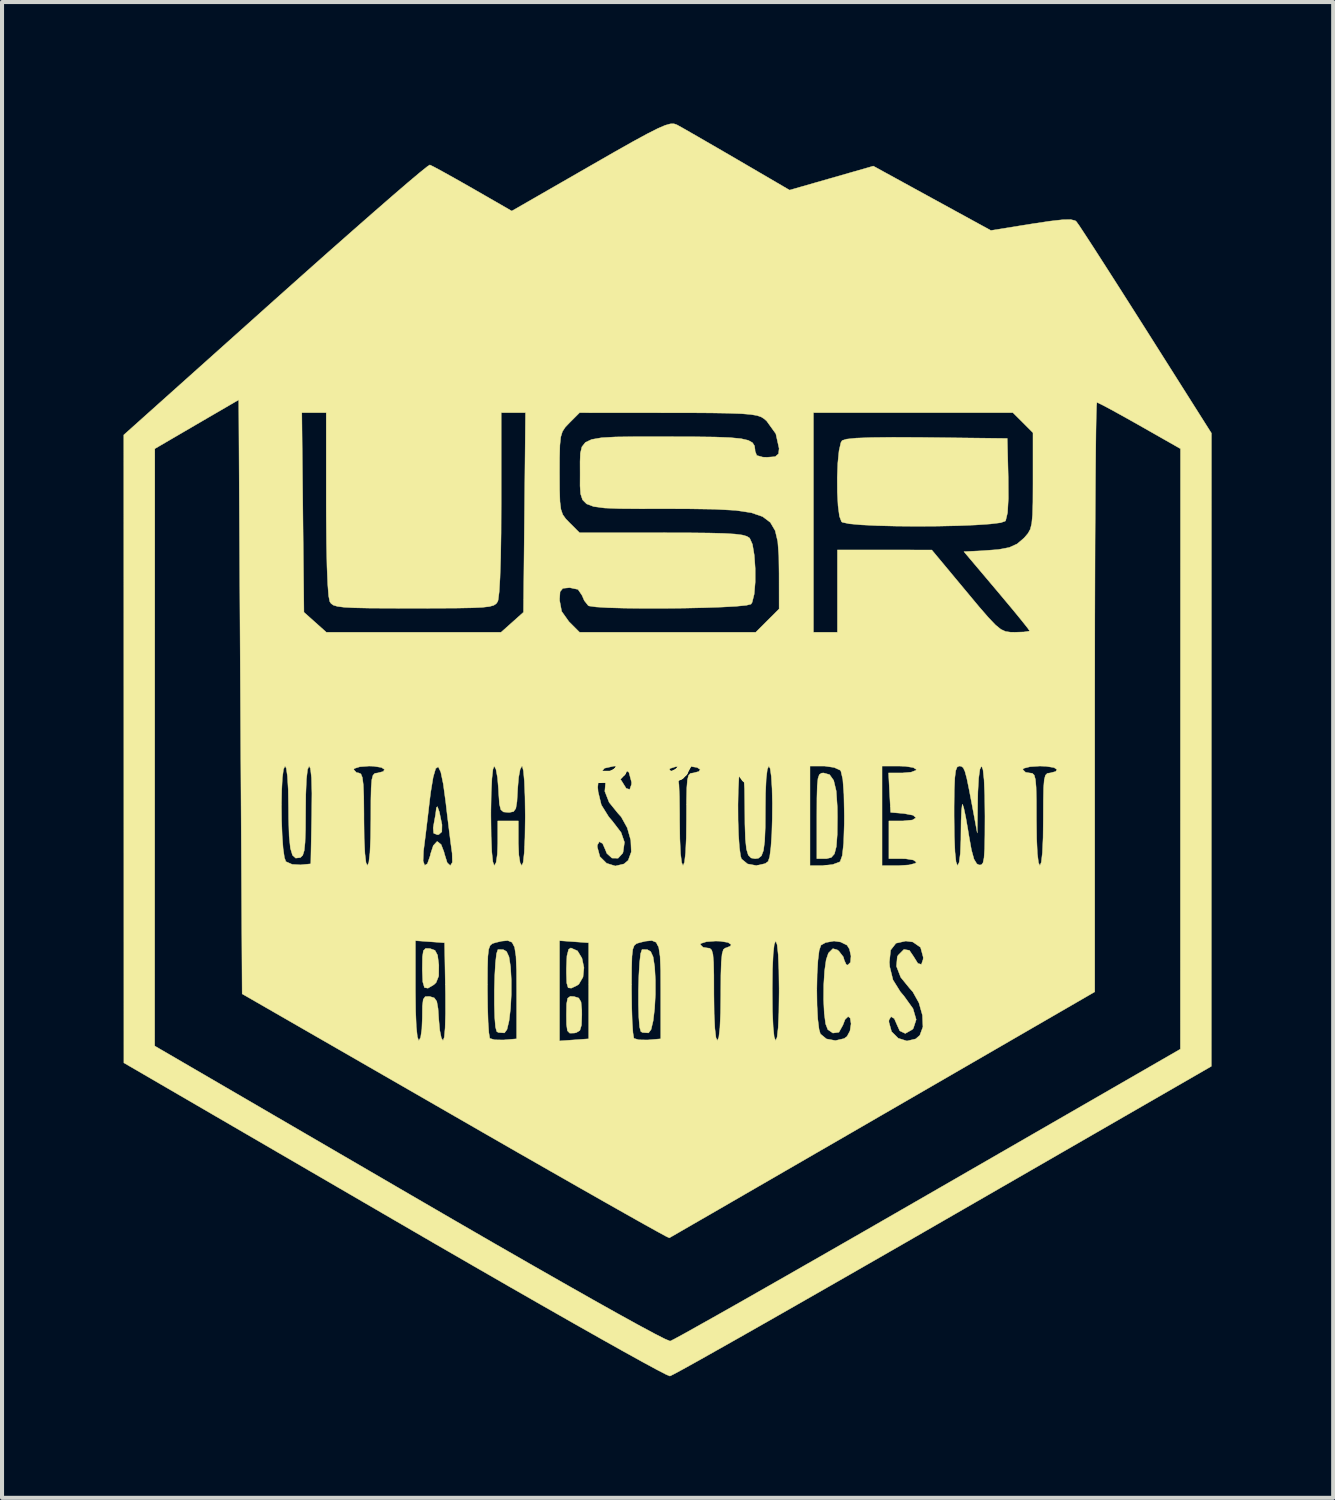
<source format=kicad_pcb>
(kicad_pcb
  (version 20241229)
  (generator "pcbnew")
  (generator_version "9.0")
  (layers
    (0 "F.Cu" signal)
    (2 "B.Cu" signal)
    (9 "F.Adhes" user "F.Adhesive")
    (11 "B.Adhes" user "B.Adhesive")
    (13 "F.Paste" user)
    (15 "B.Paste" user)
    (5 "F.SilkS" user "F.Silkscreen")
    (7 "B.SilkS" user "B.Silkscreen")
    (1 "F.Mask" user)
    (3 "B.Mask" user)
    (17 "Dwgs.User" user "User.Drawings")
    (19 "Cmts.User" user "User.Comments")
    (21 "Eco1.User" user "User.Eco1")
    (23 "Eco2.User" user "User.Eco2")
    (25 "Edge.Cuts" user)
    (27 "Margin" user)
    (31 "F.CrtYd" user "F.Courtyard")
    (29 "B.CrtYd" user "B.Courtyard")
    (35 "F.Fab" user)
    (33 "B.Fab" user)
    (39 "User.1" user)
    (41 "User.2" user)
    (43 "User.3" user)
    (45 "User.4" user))
  (footprint "USR"
    (layer "F.Cu")
    (at 13.382 15.431)
    (property "Reference" "USR" (at 0 0 0) (layer "F.SilkS") (effects (font (size 1.524 1.524) (thickness 0.3))))
    (attr through_hole)
    (fp_poly (pts (xy -5.596 1.538) (xy -5.588 1.566) (xy -5.525 1.871) (xy -5.529 2.045) (xy -5.604 2.113) (xy -5.641 2.117) (xy -5.731 2.081) (xy -5.742 1.948) (xy -5.726 1.852) (xy -5.684 1.62) (xy -5.663 1.45) (xy -5.639 1.423) (xy -5.596 1.538)) (stroke (width 0.01) (type solid)) (fill yes) (layer "F.SilkS"))
    (fp_poly (pts (xy -2.181 4.983) (xy -2.071 5.164) (xy -2.022 5.398) (xy -2.045 5.63) (xy -2.148 5.806) (xy -2.196 5.839) (xy -2.334 5.904) (xy -2.412 5.894) (xy -2.446 5.78) (xy -2.455 5.534) (xy -2.455 5.419) (xy -2.442 5.108) (xy -2.4 4.946) (xy -2.345 4.911) (xy -2.181 4.983)) (stroke (width 0.01) (type solid)) (fill yes) (layer "F.SilkS"))
    (fp_poly (pts (xy -5.824 4.926) (xy -5.821 4.926) (xy -5.698 4.971) (xy -5.634 5.09) (xy -5.603 5.331) (xy -5.606 5.604) (xy -5.67 5.766) (xy -5.725 5.818) (xy -5.871 5.905) (xy -5.958 5.889) (xy -5.999 5.75) (xy -6.011 5.465) (xy -6.011 5.413) (xy -6.007 5.13) (xy -5.984 4.979) (xy -5.928 4.923) (xy -5.824 4.926)) (stroke (width 0.01) (type solid)) (fill yes) (layer "F.SilkS"))
    (fp_poly (pts (xy -2.265 6.111) (xy -2.151 6.147) (xy -2.094 6.244) (xy -2.075 6.446) (xy -2.074 6.562) (xy -2.083 6.817) (xy -2.123 6.948) (xy -2.213 7.002) (xy -2.265 7.012) (xy -2.373 7.014) (xy -2.43 6.956) (xy -2.452 6.8) (xy -2.455 6.562) (xy -2.45 6.292) (xy -2.424 6.153) (xy -2.36 6.106) (xy -2.265 6.111)) (stroke (width 0.01) (type solid)) (fill yes) (layer "F.SilkS"))
    (fp_poly (pts (xy 4.04 0.635) (xy 4.141 0.777) (xy 4.203 1.037) (xy 4.23 1.435) (xy 4.233 1.681) (xy 4.228 2.117) (xy 4.206 2.41) (xy 4.16 2.589) (xy 4.082 2.679) (xy 3.964 2.708) (xy 3.928 2.709) (xy 3.725 2.709) (xy 3.725 1.651) (xy 3.727 1.212) (xy 3.735 0.914) (xy 3.753 0.731) (xy 3.786 0.635) (xy 3.838 0.598) (xy 3.892 0.593) (xy 4.04 0.635)) (stroke (width 0.01) (type solid)) (fill yes) (layer "F.SilkS"))
    (fp_poly (pts (xy -4.015 4.952) (xy -3.931 5.001) (xy -3.871 5.131) (xy -3.833 5.378) (xy -3.815 5.7) (xy -3.815 6.057) (xy -3.834 6.407) (xy -3.87 6.71) (xy -3.921 6.924) (xy -3.983 7.008) (xy -4.134 6.998) (xy -4.174 6.974) (xy -4.205 6.862) (xy -4.224 6.625) (xy -4.233 6.307) (xy -4.233 5.949) (xy -4.223 5.592) (xy -4.205 5.279) (xy -4.179 5.051) (xy -4.145 4.951) (xy -4.015 4.952)) (stroke (width 0.01) (type solid)) (fill yes) (layer "F.SilkS"))
    (fp_poly (pts (xy -0.459 4.952) (xy -0.375 5.001) (xy -0.315 5.131) (xy -0.277 5.378) (xy -0.259 5.7) (xy -0.259 6.057) (xy -0.278 6.407) (xy -0.314 6.71) (xy -0.365 6.924) (xy -0.427 7.008) (xy -0.578 6.998) (xy -0.618 6.974) (xy -0.649 6.862) (xy -0.668 6.625) (xy -0.677 6.307) (xy -0.677 5.949) (xy -0.667 5.592) (xy -0.649 5.279) (xy -0.623 5.051) (xy -0.589 4.951) (xy -0.459 4.952)) (stroke (width 0.01) (type solid)) (fill yes) (layer "F.SilkS"))
    (fp_poly (pts (xy 6.285 -7.687) (xy 6.445 -7.685) (xy 8.424 -7.662) (xy 8.448 -6.701) (xy 8.451 -6.185) (xy 8.431 -5.83) (xy 8.386 -5.64) (xy 8.374 -5.621) (xy 8.26 -5.582) (xy 8.006 -5.551) (xy 7.642 -5.526) (xy 7.198 -5.508) (xy 6.705 -5.497) (xy 6.191 -5.494) (xy 5.686 -5.498) (xy 5.221 -5.51) (xy 4.824 -5.529) (xy 4.526 -5.556) (xy 4.357 -5.592) (xy 4.335 -5.605) (xy 4.283 -5.741) (xy 4.249 -5.999) (xy 4.231 -6.334) (xy 4.229 -6.702) (xy 4.243 -7.058) (xy 4.273 -7.359) (xy 4.319 -7.56) (xy 4.35 -7.611) (xy 4.459 -7.645) (xy 4.697 -7.67) (xy 5.075 -7.684) (xy 5.601 -7.69) (xy 6.285 -7.687)) (stroke (width 0.01) (type solid)) (fill yes) (layer "F.SilkS"))
    (fp_poly (pts (xy 0.271 -15.402) (xy 0.406 -15.327) (xy 0.659 -15.182) (xy 1.002 -14.984) (xy 1.407 -14.75) (xy 1.759 -14.545) (xy 3.052 -13.79) (xy 5.119 -14.383) (xy 6.569 -13.588) (xy 8.02 -12.794) (xy 9.026 -12.956) (xy 9.479 -13.024) (xy 9.791 -13.059) (xy 9.99 -13.063) (xy 10.1 -13.036) (xy 10.128 -13.014) (xy 10.195 -12.921) (xy 10.34 -12.701) (xy 10.554 -12.372) (xy 10.825 -11.95) (xy 11.143 -11.453) (xy 11.497 -10.897) (xy 11.843 -10.352) (xy 13.462 -7.792) (xy 13.46 7.832) (xy 6.85 11.642) (xy 5.876 12.203) (xy 4.942 12.739) (xy 4.059 13.245) (xy 3.237 13.715) (xy 2.488 14.142) (xy 1.821 14.521) (xy 1.247 14.845) (xy 0.778 15.109) (xy 0.423 15.306) (xy 0.193 15.43) (xy 0.099 15.476) (xy 0.099 15.476) (xy 0.007 15.438) (xy -0.221 15.32) (xy -0.574 15.129) (xy -1.042 14.87) (xy -1.614 14.549) (xy -2.279 14.173) (xy -3.027 13.747) (xy -3.848 13.277) (xy -4.73 12.769) (xy -5.664 12.23) (xy -6.638 11.664) (xy -6.709 11.623) (xy -13.375 7.747) (xy -13.375 7.33) (xy -12.615 7.33) (xy -6.329 10.989) (xy -5.267 11.606) (xy -4.278 12.178) (xy -3.367 12.701) (xy -2.545 13.17) (xy -1.818 13.582) (xy -1.195 13.931) (xy -0.684 14.213) (xy -0.292 14.424) (xy -0.029 14.558) (xy 0.098 14.612) (xy 0.107 14.613) (xy 0.202 14.566) (xy 0.432 14.441) (xy 0.786 14.243) (xy 1.255 13.98) (xy 1.826 13.657) (xy 2.488 13.28) (xy 3.231 12.856) (xy 4.044 12.391) (xy 4.916 11.891) (xy 5.835 11.362) (xy 6.476 10.993) (xy 12.696 7.408) (xy 12.697 0) (xy 12.699 -7.408) (xy 11.693 -7.98) (xy 11.323 -8.188) (xy 11.006 -8.363) (xy 10.771 -8.488) (xy 10.647 -8.548) (xy 10.636 -8.551) (xy 10.628 -8.469) (xy 10.62 -8.229) (xy 10.613 -7.844) (xy 10.607 -7.327) (xy 10.601 -6.689) (xy 10.596 -5.944) (xy 10.591 -5.102) (xy 10.588 -4.176) (xy 10.585 -3.179) (xy 10.584 -2.123) (xy 10.583 -1.278) (xy 10.583 5.995) (xy 5.355 9.02) (xy 4.493 9.519) (xy 3.674 9.992) (xy 2.91 10.434) (xy 2.213 10.837) (xy 1.594 11.195) (xy 1.065 11.501) (xy 0.638 11.747) (xy 0.325 11.928) (xy 0.137 12.036) (xy 0.085 12.066) (xy 0.006 12.029) (xy -0.207 11.913) (xy -0.544 11.726) (xy -0.992 11.474) (xy -1.54 11.164) (xy -2.175 10.803) (xy -2.887 10.397) (xy -3.664 9.953) (xy -4.493 9.477) (xy -5.207 9.066) (xy -8.438 7.206) (xy -2.625 7.206) (xy -2.265 7.18) (xy -1.905 7.154) (xy -1.905 5.957) (xy -0.847 5.957) (xy -0.842 6.378) (xy -0.831 6.737) (xy -0.813 7.001) (xy -0.791 7.135) (xy -0.786 7.144) (xy -0.669 7.178) (xy -0.46 7.182) (xy -0.426 7.18) (xy -0.127 7.154) (xy -0.127 5.97) (xy -0.129 5.472) (xy -0.143 5.121) (xy -0.177 4.895) (xy -0.213 4.826) (xy 0.847 4.826) (xy 0.918 4.895) (xy 1.016 4.911) (xy 1.084 4.92) (xy 1.131 4.965) (xy 1.161 5.072) (xy 1.177 5.267) (xy 1.184 5.579) (xy 1.185 6.031) (xy 1.185 6.054) (xy 1.191 6.536) (xy 1.209 6.899) (xy 1.236 7.124) (xy 1.27 7.197) (xy 1.306 7.115) (xy 1.333 6.881) (xy 1.349 6.51) (xy 1.355 6.054) (xy 1.355 5.969) (xy 2.625 5.969) (xy 2.63 6.475) (xy 2.647 6.859) (xy 2.672 7.104) (xy 2.707 7.196) (xy 2.709 7.197) (xy 2.744 7.115) (xy 2.771 6.879) (xy 2.788 6.504) (xy 2.794 6.005) (xy 2.794 5.969) (xy 2.794 5.943) (xy 3.725 5.943) (xy 3.73 6.324) (xy 3.748 6.664) (xy 3.78 6.92) (xy 3.813 7.033) (xy 3.962 7.156) (xy 4.184 7.197) (xy 4.399 7.147) (xy 4.47 7.095) (xy 4.543 6.958) (xy 4.57 6.783) (xy 4.563 6.737) (xy 5.503 6.737) (xy 5.569 6.976) (xy 5.734 7.14) (xy 5.948 7.207) (xy 6.164 7.156) (xy 6.266 7.068) (xy 6.343 6.86) (xy 6.331 6.572) (xy 6.244 6.265) (xy 6.093 5.994) (xy 6.011 5.902) (xy 5.795 5.636) (xy 5.69 5.364) (xy 5.71 5.131) (xy 5.73 5.093) (xy 5.874 4.948) (xy 6.009 4.971) (xy 6.108 5.116) (xy 6.218 5.292) (xy 6.305 5.318) (xy 6.348 5.191) (xy 6.35 5.139) (xy 6.284 4.896) (xy 6.093 4.764) (xy 5.92 4.741) (xy 5.678 4.795) (xy 5.546 4.965) (xy 5.515 5.262) (xy 5.524 5.376) (xy 5.604 5.7) (xy 5.787 5.994) (xy 5.874 6.096) (xy 6.098 6.408) (xy 6.177 6.679) (xy 6.106 6.896) (xy 6.079 6.926) (xy 5.908 7.022) (xy 5.771 6.957) (xy 5.707 6.816) (xy 5.636 6.654) (xy 5.556 6.607) (xy 5.506 6.688) (xy 5.503 6.737) (xy 4.563 6.737) (xy 4.548 6.643) (xy 4.497 6.604) (xy 4.422 6.676) (xy 4.368 6.816) (xy 4.27 6.992) (xy 4.121 7.012) (xy 3.996 6.926) (xy 3.942 6.786) (xy 3.908 6.524) (xy 3.892 6.188) (xy 3.895 5.825) (xy 3.916 5.481) (xy 3.955 5.203) (xy 4.011 5.038) (xy 4.013 5.036) (xy 4.121 4.928) (xy 4.23 4.959) (xy 4.267 4.988) (xy 4.379 5.132) (xy 4.403 5.217) (xy 4.452 5.323) (xy 4.487 5.334) (xy 4.555 5.266) (xy 4.568 5.11) (xy 4.529 4.938) (xy 4.47 4.843) (xy 4.312 4.765) (xy 4.149 4.741) (xy 3.942 4.778) (xy 3.827 4.843) (xy 3.783 4.97) (xy 3.752 5.223) (xy 3.732 5.562) (xy 3.725 5.943) (xy 2.794 5.943) (xy 2.788 5.463) (xy 2.772 5.079) (xy 2.746 4.834) (xy 2.712 4.742) (xy 2.709 4.741) (xy 2.674 4.823) (xy 2.648 5.059) (xy 2.631 5.434) (xy 2.625 5.933) (xy 2.625 5.969) (xy 1.355 5.969) (xy 1.357 5.585) (xy 1.367 5.262) (xy 1.387 5.058) (xy 1.419 4.95) (xy 1.467 4.912) (xy 1.482 4.911) (xy 1.594 4.865) (xy 1.609 4.826) (xy 1.533 4.776) (xy 1.342 4.745) (xy 1.228 4.741) (xy 1 4.758) (xy 0.864 4.801) (xy 0.847 4.826) (xy -0.213 4.826) (xy -0.241 4.772) (xy -0.346 4.729) (xy -0.5 4.744) (xy -0.642 4.778) (xy -0.724 4.803) (xy -0.781 4.85) (xy -0.817 4.946) (xy -0.837 5.119) (xy -0.845 5.397) (xy -0.847 5.808) (xy -0.847 5.957) (xy -1.905 5.957) (xy -1.905 4.784) (xy -2.265 4.758) (xy -2.625 4.732) (xy -2.625 7.206) (xy -8.438 7.206) (xy -10.456 6.045) (xy -10.457 5.964) (xy -6.181 5.964) (xy -6.175 6.472) (xy -6.159 6.856) (xy -6.133 7.103) (xy -6.099 7.196) (xy -6.096 7.197) (xy -6.052 7.119) (xy -6.022 6.912) (xy -6.011 6.64) (xy -6.008 6.343) (xy -5.988 6.179) (xy -5.939 6.113) (xy -5.847 6.108) (xy -5.821 6.111) (xy -5.715 6.144) (xy -5.654 6.229) (xy -5.622 6.409) (xy -5.605 6.668) (xy -5.58 6.942) (xy -5.541 7.133) (xy -5.5 7.197) (xy -5.469 7.116) (xy -5.448 6.887) (xy -5.438 6.531) (xy -5.439 6.069) (xy -5.44 5.99) (xy -5.441 5.957) (xy -4.403 5.957) (xy -4.398 6.378) (xy -4.387 6.737) (xy -4.369 7.001) (xy -4.347 7.135) (xy -4.342 7.144) (xy -4.225 7.178) (xy -4.016 7.182) (xy -3.982 7.18) (xy -3.683 7.154) (xy -3.683 5.97) (xy -3.685 5.472) (xy -3.699 5.121) (xy -3.733 4.895) (xy -3.797 4.772) (xy -3.902 4.729) (xy -4.056 4.744) (xy -4.198 4.778) (xy -4.28 4.803) (xy -4.337 4.85) (xy -4.373 4.946) (xy -4.393 5.119) (xy -4.401 5.397) (xy -4.403 5.808) (xy -4.403 5.957) (xy -5.441 5.957) (xy -5.461 4.784) (xy -5.821 4.758) (xy -6.181 4.732) (xy -6.181 5.964) (xy -10.457 5.964) (xy -10.483 1.382) (xy -9.487 1.382) (xy -9.483 1.767) (xy -9.469 2.137) (xy -9.446 2.454) (xy -9.413 2.683) (xy -9.377 2.781) (xy -9.222 2.849) (xy -9.017 2.861) (xy -8.763 2.836) (xy -8.74 1.63) (xy -8.735 1.096) (xy -8.745 0.713) (xy -8.768 0.508) (xy -7.705 0.508) (xy -7.636 0.583) (xy -7.578 0.593) (xy -7.526 0.617) (xy -7.49 0.706) (xy -7.467 0.884) (xy -7.455 1.176) (xy -7.451 1.606) (xy -7.451 1.736) (xy -7.445 2.218) (xy -7.427 2.581) (xy -7.4 2.806) (xy -7.366 2.879) (xy -7.33 2.797) (xy -7.327 2.766) (xy -5.991 2.766) (xy -5.951 2.874) (xy -5.885 2.832) (xy -5.816 2.634) (xy -5.805 2.582) (xy -5.74 2.386) (xy -5.651 2.288) (xy -5.636 2.286) (xy -5.546 2.36) (xy -5.475 2.544) (xy -5.467 2.582) (xy -5.396 2.808) (xy -5.32 2.879) (xy -5.269 2.799) (xy -5.275 2.571) (xy -5.277 2.561) (xy -5.307 2.343) (xy -5.349 2.009) (xy -5.393 1.651) (xy -4.318 1.651) (xy -4.312 2.157) (xy -4.296 2.541) (xy -4.27 2.786) (xy -4.236 2.878) (xy -4.233 2.879) (xy -4.189 2.801) (xy -4.159 2.595) (xy -4.149 2.328) (xy -4.149 1.778) (xy -3.641 1.778) (xy -3.641 2.328) (xy -3.629 2.616) (xy -3.597 2.813) (xy -3.556 2.879) (xy -3.521 2.797) (xy -3.495 2.561) (xy -3.488 2.419) (xy -1.693 2.419) (xy -1.628 2.658) (xy -1.463 2.822) (xy -1.248 2.889) (xy -1.033 2.838) (xy -0.93 2.75) (xy -0.854 2.542) (xy -0.866 2.254) (xy -0.953 1.947) (xy -1.103 1.676) (xy -1.186 1.584) (xy -1.401 1.318) (xy -1.507 1.046) (xy -1.487 0.813) (xy -1.467 0.775) (xy -1.323 0.63) (xy -1.187 0.653) (xy -1.088 0.798) (xy -0.979 0.974) (xy -0.892 1) (xy -0.848 0.873) (xy -0.847 0.821) (xy -0.912 0.578) (xy -1.013 0.508) (xy 0.085 0.508) (xy 0.153 0.583) (xy 0.212 0.593) (xy 0.264 0.617) (xy 0.3 0.706) (xy 0.322 0.884) (xy 0.334 1.176) (xy 0.339 1.606) (xy 0.339 1.736) (xy 0.345 2.218) (xy 0.362 2.581) (xy 0.39 2.806) (xy 0.423 2.879) (xy 0.459 2.797) (xy 0.486 2.563) (xy 0.503 2.192) (xy 0.508 1.736) (xy 0.509 1.377) (xy 1.779 1.377) (xy 1.781 1.759) (xy 1.793 2.122) (xy 1.814 2.43) (xy 1.844 2.646) (xy 1.866 2.715) (xy 2.015 2.838) (xy 2.237 2.879) (xy 2.452 2.829) (xy 2.523 2.777) (xy 2.562 2.66) (xy 2.592 2.421) (xy 2.614 2.097) (xy 2.625 1.724) (xy 2.628 1.339) (xy 2.62 0.98) (xy 2.602 0.683) (xy 2.574 0.486) (xy 2.54 0.423) (xy 3.556 0.423) (xy 3.556 2.879) (xy 3.878 2.879) (xy 4.115 2.853) (xy 4.284 2.791) (xy 4.301 2.777) (xy 4.353 2.632) (xy 4.387 2.321) (xy 4.402 1.841) (xy 4.403 1.651) (xy 4.393 1.117) (xy 4.366 0.752) (xy 4.32 0.553) (xy 4.301 0.525) (xy 4.154 0.458) (xy 3.923 0.424) (xy 3.878 0.423) (xy 5.334 0.423) (xy 5.334 2.879) (xy 5.757 2.879) (xy 5.999 2.863) (xy 6.152 2.824) (xy 6.181 2.794) (xy 6.106 2.741) (xy 5.918 2.711) (xy 5.842 2.709) (xy 5.503 2.709) (xy 5.503 1.778) (xy 5.842 1.778) (xy 6.085 1.754) (xy 6.172 1.699) (xy 6.117 1.651) (xy 7.112 1.651) (xy 7.118 2.157) (xy 7.134 2.541) (xy 7.16 2.786) (xy 7.194 2.878) (xy 7.197 2.879) (xy 7.237 2.799) (xy 7.266 2.577) (xy 7.28 2.24) (xy 7.281 2.103) (xy 7.285 1.769) (xy 7.296 1.517) (xy 7.312 1.381) (xy 7.322 1.368) (xy 7.353 1.465) (xy 7.4 1.688) (xy 7.454 1.996) (xy 7.474 2.122) (xy 7.54 2.491) (xy 7.603 2.72) (xy 7.673 2.835) (xy 7.729 2.863) (xy 7.786 2.86) (xy 7.826 2.809) (xy 7.851 2.686) (xy 7.866 2.466) (xy 7.872 2.124) (xy 7.874 1.657) (xy 7.868 1.149) (xy 7.852 0.764) (xy 7.826 0.518) (xy 7.823 0.508) (xy 8.805 0.508) (xy 8.876 0.577) (xy 8.975 0.593) (xy 9.043 0.602) (xy 9.09 0.647) (xy 9.119 0.754) (xy 9.136 0.949) (xy 9.143 1.261) (xy 9.144 1.713) (xy 9.144 1.736) (xy 9.15 2.218) (xy 9.167 2.581) (xy 9.195 2.806) (xy 9.229 2.879) (xy 9.264 2.797) (xy 9.291 2.563) (xy 9.308 2.192) (xy 9.313 1.736) (xy 9.315 1.276) (xy 9.321 0.96) (xy 9.337 0.76) (xy 9.366 0.65) (xy 9.412 0.603) (xy 9.479 0.593) (xy 9.483 0.593) (xy 9.62 0.557) (xy 9.652 0.508) (xy 9.576 0.46) (xy 9.381 0.429) (xy 9.229 0.423) (xy 8.987 0.439) (xy 8.834 0.478) (xy 8.805 0.508) (xy 7.823 0.508) (xy 7.792 0.424) (xy 7.789 0.423) (xy 7.749 0.503) (xy 7.718 0.725) (xy 7.699 1.062) (xy 7.695 1.249) (xy 7.684 2.074) (xy 7.566 1.439) (xy 7.485 1.014) (xy 7.426 0.727) (xy 7.379 0.553) (xy 7.336 0.462) (xy 7.288 0.428) (xy 7.237 0.423) (xy 7.187 0.448) (xy 7.152 0.537) (xy 7.13 0.714) (xy 7.117 1.003) (xy 7.112 1.428) (xy 7.112 1.651) (xy 6.117 1.651) (xy 6.102 1.637) (xy 5.87 1.593) (xy 5.863 1.593) (xy 5.546 1.566) (xy 5.52 1.079) (xy 5.495 0.593) (xy 5.838 0.593) (xy 6.051 0.574) (xy 6.171 0.528) (xy 6.181 0.508) (xy 6.105 0.46) (xy 5.91 0.429) (xy 5.757 0.423) (xy 5.334 0.423) (xy 3.878 0.423) (xy 3.556 0.423) (xy 2.54 0.423) (xy 2.503 0.505) (xy 2.475 0.736) (xy 2.459 1.097) (xy 2.455 1.432) (xy 2.452 1.927) (xy 2.438 2.277) (xy 2.408 2.506) (xy 2.358 2.638) (xy 2.284 2.698) (xy 2.201 2.709) (xy 2.103 2.691) (xy 2.033 2.62) (xy 1.988 2.472) (xy 1.962 2.222) (xy 1.95 1.848) (xy 1.947 1.432) (xy 1.941 0.988) (xy 1.921 0.66) (xy 1.891 0.467) (xy 1.863 0.423) (xy 1.828 0.502) (xy 1.802 0.712) (xy 1.786 1.016) (xy 1.779 1.377) (xy 0.509 1.377) (xy 0.509 1.276) (xy 0.516 0.96) (xy 0.532 0.76) (xy 0.561 0.65) (xy 0.607 0.603) (xy 0.674 0.593) (xy 0.677 0.593) (xy 0.815 0.557) (xy 0.847 0.508) (xy 0.771 0.458) (xy 0.58 0.427) (xy 0.466 0.423) (xy 0.238 0.44) (xy 0.102 0.483) (xy 0.085 0.508) (xy -1.013 0.508) (xy -1.103 0.446) (xy -1.277 0.423) (xy -1.518 0.477) (xy -1.651 0.647) (xy -1.682 0.944) (xy -1.672 1.058) (xy -1.593 1.382) (xy -1.41 1.676) (xy -1.323 1.778) (xy -1.106 2.061) (xy -1.022 2.302) (xy -1.056 2.545) (xy -1.067 2.575) (xy -1.179 2.697) (xy -1.33 2.694) (xy -1.458 2.578) (xy -1.489 2.498) (xy -1.56 2.336) (xy -1.641 2.289) (xy -1.69 2.37) (xy -1.693 2.419) (xy -3.488 2.419) (xy -3.478 2.186) (xy -3.471 1.687) (xy -3.471 1.651) (xy -3.477 1.179) (xy -3.492 0.802) (xy -3.515 0.544) (xy -3.544 0.428) (xy -3.552 0.423) (xy -3.596 0.501) (xy -3.634 0.704) (xy -3.658 0.989) (xy -3.658 0.995) (xy -3.675 1.298) (xy -3.703 1.469) (xy -3.758 1.546) (xy -3.855 1.566) (xy -3.895 1.566) (xy -4.007 1.556) (xy -4.073 1.5) (xy -4.108 1.361) (xy -4.126 1.102) (xy -4.131 0.995) (xy -4.155 0.709) (xy -4.193 0.504) (xy -4.236 0.423) (xy -4.237 0.423) (xy -4.268 0.504) (xy -4.293 0.732) (xy -4.31 1.083) (xy -4.318 1.535) (xy -4.318 1.651) (xy -5.393 1.651) (xy -5.398 1.61) (xy -5.43 1.333) (xy -5.493 0.867) (xy -5.555 0.569) (xy -5.618 0.441) (xy -5.68 0.483) (xy -5.742 0.693) (xy -5.805 1.073) (xy -5.832 1.291) (xy -5.88 1.702) (xy -5.927 2.091) (xy -5.966 2.402) (xy -5.981 2.519) (xy -5.991 2.766) (xy -7.327 2.766) (xy -7.303 2.563) (xy -7.287 2.192) (xy -7.281 1.736) (xy -7.28 1.276) (xy -7.273 0.96) (xy -7.257 0.76) (xy -7.228 0.65) (xy -7.182 0.603) (xy -7.115 0.593) (xy -7.112 0.593) (xy -6.974 0.557) (xy -6.943 0.508) (xy -7.018 0.458) (xy -7.21 0.427) (xy -7.324 0.423) (xy -7.551 0.44) (xy -7.687 0.483) (xy -7.705 0.508) (xy -8.768 0.508) (xy -8.77 0.487) (xy -8.803 0.423) (xy -8.842 0.506) (xy -8.87 0.745) (xy -8.886 1.129) (xy -8.89 1.527) (xy -8.893 1.988) (xy -8.904 2.306) (xy -8.925 2.509) (xy -8.961 2.624) (xy -9.014 2.677) (xy -9.026 2.682) (xy -9.135 2.695) (xy -9.214 2.624) (xy -9.266 2.45) (xy -9.297 2.154) (xy -9.31 1.717) (xy -9.312 1.46) (xy -9.319 1.009) (xy -9.339 0.674) (xy -9.368 0.473) (xy -9.398 0.423) (xy -9.436 0.502) (xy -9.464 0.712) (xy -9.48 1.018) (xy -9.487 1.382) (xy -10.483 1.382) (xy -10.499 -1.285) (xy -10.539 -8.297) (xy -8.984 -8.297) (xy -8.958 -5.835) (xy -8.932 -3.373) (xy -8.379 -2.879) (xy -4.067 -2.879) (xy -3.79 -3.126) (xy -3.514 -3.373) (xy -3.489 -5.835) (xy -3.479 -6.816) (xy -2.625 -6.816) (xy -2.623 -6.393) (xy -2.614 -6.104) (xy -2.59 -5.912) (xy -2.545 -5.782) (xy -2.47 -5.677) (xy -2.377 -5.581) (xy -2.13 -5.334) (xy -0.097 -5.334) (xy 0.556 -5.333) (xy 1.06 -5.328) (xy 1.436 -5.318) (xy 1.704 -5.302) (xy 1.884 -5.279) (xy 1.997 -5.247) (xy 2.064 -5.205) (xy 2.068 -5.201) (xy 2.136 -5.049) (xy 2.181 -4.782) (xy 2.204 -4.454) (xy 2.204 -4.115) (xy 2.179 -3.819) (xy 2.128 -3.616) (xy 2.1 -3.573) (xy 1.99 -3.545) (xy 1.74 -3.52) (xy 1.381 -3.5) (xy 0.941 -3.485) (xy 0.451 -3.474) (xy -0.06 -3.469) (xy -0.563 -3.469) (xy -1.027 -3.474) (xy -1.423 -3.485) (xy -1.721 -3.503) (xy -1.892 -3.527) (xy -1.915 -3.536) (xy -2.014 -3.661) (xy -2.069 -3.789) (xy -2.169 -3.936) (xy -2.373 -3.979) (xy -2.376 -3.979) (xy -2.542 -3.963) (xy -2.611 -3.879) (xy -2.625 -3.678) (xy -2.625 -3.676) (xy -2.572 -3.394) (xy -2.393 -3.142) (xy -2.377 -3.126) (xy -2.13 -2.879) (xy 2.218 -2.879) (xy 2.506 -3.167) (xy 2.794 -3.454) (xy 2.793 -4.331) (xy 2.787 -4.767) (xy 2.761 -5.116) (xy 2.697 -5.386) (xy 2.578 -5.589) (xy 2.387 -5.733) (xy 2.107 -5.829) (xy 1.721 -5.887) (xy 1.211 -5.915) (xy 0.561 -5.925) (xy 0.024 -5.927) (xy -0.633 -5.926) (xy -1.14 -5.93) (xy -1.517 -5.945) (xy -1.782 -5.981) (xy -1.956 -6.046) (xy -2.056 -6.146) (xy -2.104 -6.291) (xy -2.118 -6.488) (xy -2.117 -6.746) (xy -2.117 -6.816) (xy -2.118 -7.088) (xy -2.11 -7.299) (xy -2.072 -7.455) (xy -1.985 -7.565) (xy -1.831 -7.637) (xy -1.589 -7.679) (xy -1.241 -7.699) (xy -0.767 -7.705) (xy -0.148 -7.705) (xy 0.028 -7.705) (xy 0.691 -7.703) (xy 1.204 -7.697) (xy 1.586 -7.682) (xy 1.856 -7.656) (xy 2.033 -7.615) (xy 2.137 -7.557) (xy 2.187 -7.479) (xy 2.201 -7.376) (xy 2.201 -7.349) (xy 2.243 -7.242) (xy 2.393 -7.2) (xy 2.498 -7.197) (xy 2.698 -7.212) (xy 2.78 -7.283) (xy 2.794 -7.414) (xy 2.713 -7.778) (xy 2.486 -8.093) (xy 2.424 -8.147) (xy 2.353 -8.192) (xy 2.251 -8.227) (xy 2.098 -8.253) (xy 1.872 -8.272) (xy 1.554 -8.284) (xy 1.123 -8.291) (xy 0.557 -8.295) (xy 0.057 -8.295) (xy -2.13 -8.297) (xy 3.641 -8.297) (xy 3.641 -2.879) (xy 4.233 -2.879) (xy 4.233 -4.911) (xy 5.397 -4.91) (xy 6.562 -4.909) (xy 7.407 -3.894) (xy 7.727 -3.51) (xy 7.963 -3.238) (xy 8.135 -3.058) (xy 8.267 -2.951) (xy 8.382 -2.898) (xy 8.502 -2.881) (xy 8.613 -2.879) (xy 8.834 -2.886) (xy 8.962 -2.905) (xy 8.975 -2.914) (xy 8.923 -2.988) (xy 8.781 -3.167) (xy 8.567 -3.429) (xy 8.3 -3.748) (xy 8.165 -3.909) (xy 7.355 -4.868) (xy 7.805 -4.89) (xy 8.201 -4.92) (xy 8.473 -4.971) (xy 8.669 -5.06) (xy 8.833 -5.2) (xy 8.855 -5.223) (xy 8.936 -5.319) (xy 8.993 -5.422) (xy 9.028 -5.565) (xy 9.048 -5.777) (xy 9.057 -6.091) (xy 9.059 -6.538) (xy 9.059 -6.623) (xy 9.059 -7.802) (xy 8.812 -8.05) (xy 8.564 -8.297) (xy 3.641 -8.297) (xy -2.13 -8.297) (xy -2.377 -8.05) (xy -2.483 -7.939) (xy -2.553 -7.832) (xy -2.595 -7.695) (xy -2.616 -7.492) (xy -2.624 -7.185) (xy -2.625 -6.816) (xy -3.479 -6.816) (xy -3.464 -8.297) (xy -4.064 -8.297) (xy -4.064 -6.048) (xy -4.067 -5.327) (xy -4.077 -4.715) (xy -4.093 -4.225) (xy -4.114 -3.873) (xy -4.14 -3.671) (xy -4.152 -3.635) (xy -4.188 -3.583) (xy -4.249 -3.543) (xy -4.354 -3.514) (xy -4.526 -3.494) (xy -4.785 -3.482) (xy -5.152 -3.475) (xy -5.649 -3.472) (xy -6.223 -3.471) (xy -6.854 -3.472) (xy -7.336 -3.475) (xy -7.692 -3.483) (xy -7.941 -3.496) (xy -8.105 -3.517) (xy -8.205 -3.547) (xy -8.262 -3.588) (xy -8.294 -3.635) (xy -8.322 -3.774) (xy -8.345 -4.068) (xy -8.363 -4.504) (xy -8.375 -5.069) (xy -8.381 -5.748) (xy -8.382 -6.048) (xy -8.382 -8.297) (xy -8.984 -8.297) (xy -10.539 -8.297) (xy -10.541 -8.615) (xy -11.577 -8.012) (xy -12.612 -7.408) (xy -12.615 7.33) (xy -13.375 7.33) (xy -13.376 -0.001) (xy -13.377 -7.749) (xy -9.642 -11.092) (xy -8.966 -11.695) (xy -8.327 -12.263) (xy -7.736 -12.784) (xy -7.204 -13.251) (xy -6.743 -13.652) (xy -6.363 -13.979) (xy -6.075 -14.221) (xy -5.892 -14.368) (xy -5.825 -14.412) (xy -5.725 -14.363) (xy -5.508 -14.246) (xy -5.205 -14.077) (xy -4.845 -13.873) (xy -4.773 -13.832) (xy -3.803 -13.274) (xy -1.863 -14.389) (xy -1.274 -14.727) (xy -0.813 -14.987) (xy -0.462 -15.178) (xy -0.203 -15.309) (xy -0.018 -15.389) (xy 0.111 -15.425) (xy 0.201 -15.426) (xy 0.271 -15.402)) (stroke (width 0.01) (type solid)) (fill yes) (layer "F.SilkS")))
  (gr_rect
    (start -3 -3)
    (end 29.849 33.912)
    (stroke (width 0.1) (type default))
    (fill no)
    (layer "Edge.Cuts")))
</source>
